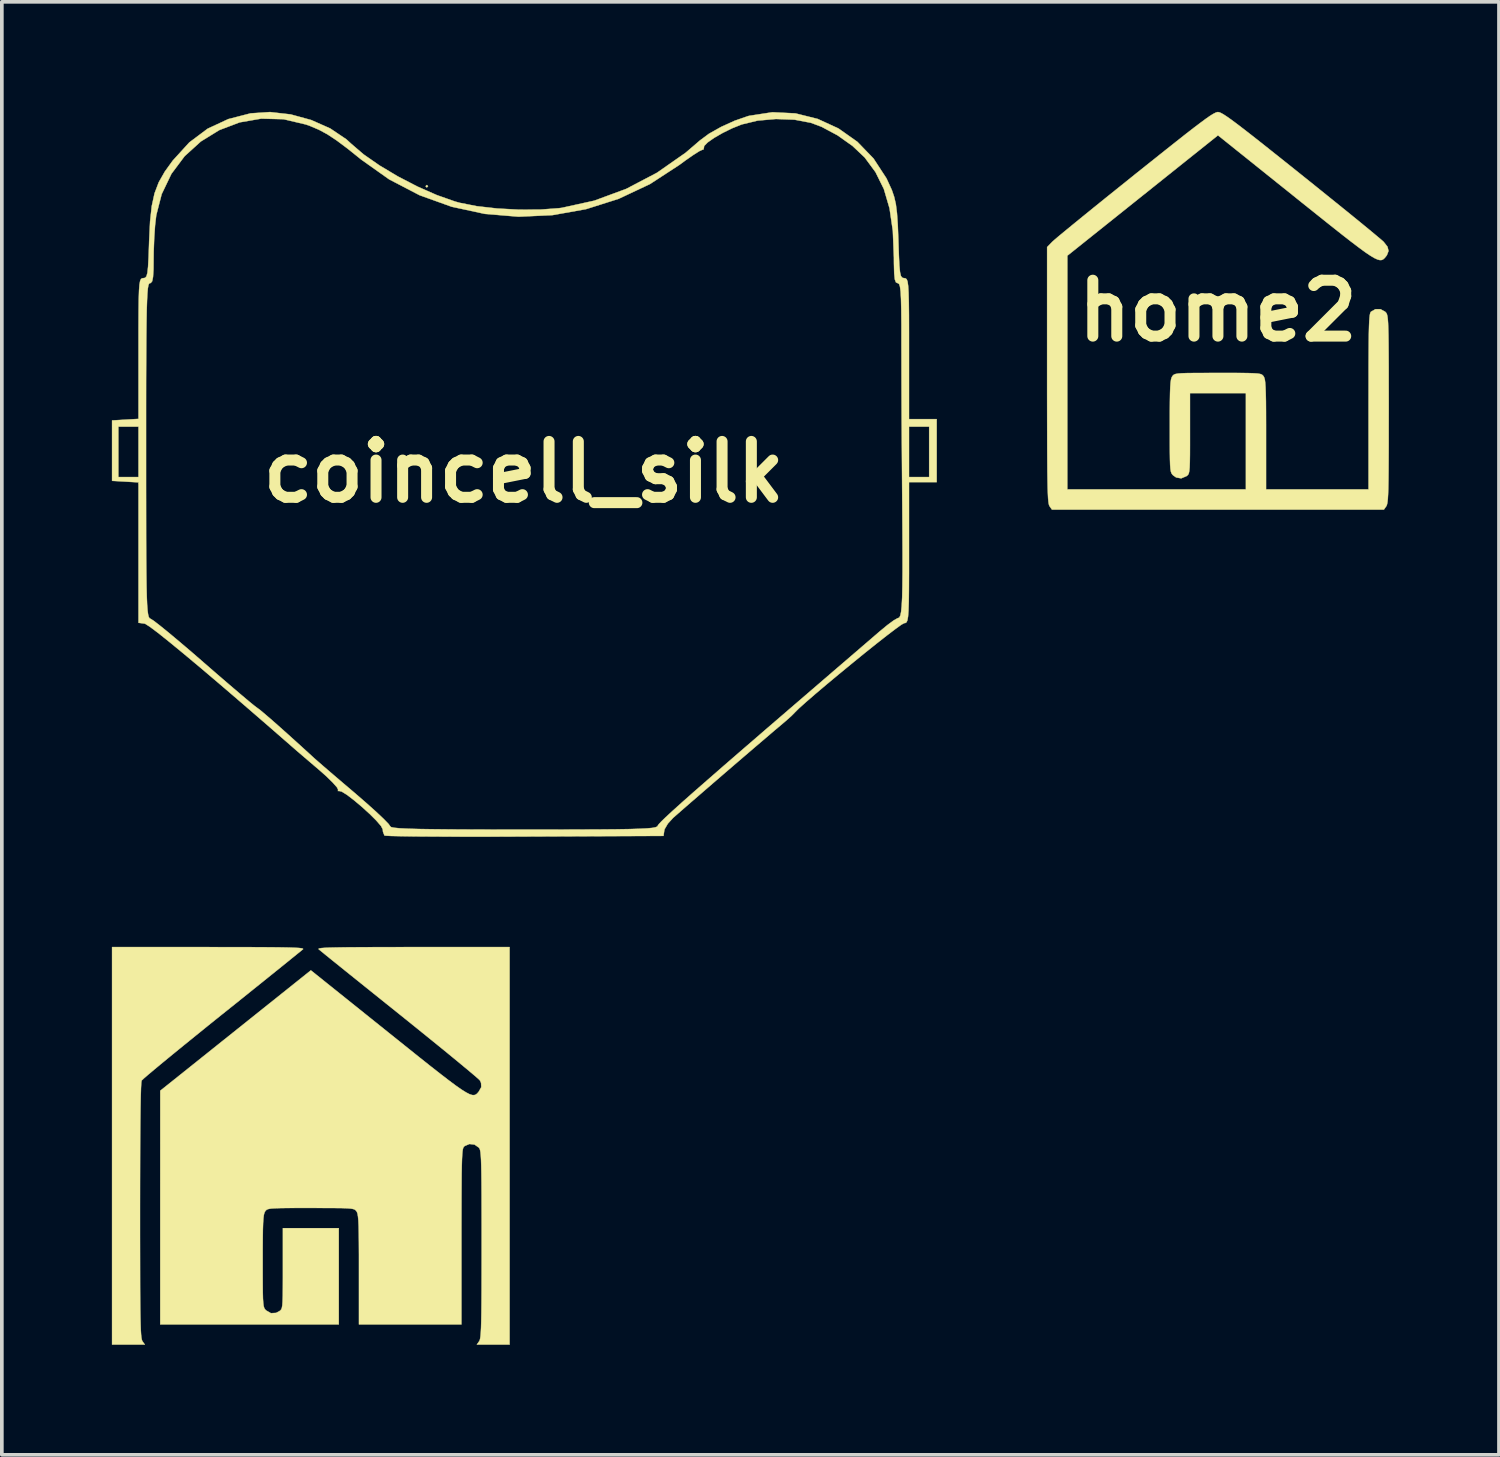
<source format=kicad_pcb>
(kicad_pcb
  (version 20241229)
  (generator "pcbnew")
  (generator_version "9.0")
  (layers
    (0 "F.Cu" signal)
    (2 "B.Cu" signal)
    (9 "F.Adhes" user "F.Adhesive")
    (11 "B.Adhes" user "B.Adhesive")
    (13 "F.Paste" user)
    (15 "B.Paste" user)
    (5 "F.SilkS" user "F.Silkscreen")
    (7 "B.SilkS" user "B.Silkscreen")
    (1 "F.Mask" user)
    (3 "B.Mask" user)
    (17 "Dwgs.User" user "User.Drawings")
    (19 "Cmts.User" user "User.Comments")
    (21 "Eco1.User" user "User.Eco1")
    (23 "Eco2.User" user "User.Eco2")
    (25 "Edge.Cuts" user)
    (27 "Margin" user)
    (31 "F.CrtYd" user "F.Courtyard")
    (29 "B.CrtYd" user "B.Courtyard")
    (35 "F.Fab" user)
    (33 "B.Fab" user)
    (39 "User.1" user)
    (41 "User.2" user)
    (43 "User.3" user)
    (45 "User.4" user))
  (footprint "home2"
    (layer "F.Cu")
    (at 30.154 5.424)
    (property "Reference" "home2" (at 0 0 0) (layer "F.SilkS") (effects (font (size 1.524 1.524) (thickness 0.3))))
    (attr through_hole)
    (fp_poly (pts (xy 0.036 -5.413) (xy 0.085 -5.393) (xy 0.153 -5.355) (xy 0.245 -5.295) (xy 0.364 -5.211) (xy 0.517 -5.097) (xy 0.708 -4.951) (xy 0.942 -4.769) (xy 1.224 -4.547) (xy 1.558 -4.281) (xy 1.95 -3.969) (xy 2.26 -3.721) (xy 2.633 -3.422) (xy 2.989 -3.135) (xy 3.323 -2.866) (xy 3.628 -2.619) (xy 3.898 -2.399) (xy 4.127 -2.211) (xy 4.31 -2.059) (xy 4.44 -1.95) (xy 4.512 -1.887) (xy 4.519 -1.88) (xy 4.623 -1.747) (xy 4.651 -1.632) (xy 4.607 -1.518) (xy 4.579 -1.48) (xy 4.543 -1.437) (xy 4.507 -1.405) (xy 4.467 -1.386) (xy 4.416 -1.383) (xy 4.35 -1.4) (xy 4.265 -1.439) (xy 4.154 -1.505) (xy 4.014 -1.599) (xy 3.84 -1.727) (xy 3.625 -1.89) (xy 3.366 -2.092) (xy 3.058 -2.336) (xy 2.695 -2.626) (xy 2.272 -2.964) (xy 2.118 -3.088) (xy 0.001 -4.785) (xy -2.052 -3.144) (xy -4.105 -1.503) (xy -4.106 1.683) (xy -4.106 4.868) (xy 0.762 4.868) (xy 0.762 2.244) (xy -0.762 2.244) (xy -0.762 3.342) (xy -0.762 3.675) (xy -0.763 3.933) (xy -0.766 4.128) (xy -0.771 4.268) (xy -0.78 4.364) (xy -0.793 4.426) (xy -0.811 4.465) (xy -0.835 4.49) (xy -0.856 4.506) (xy -1.001 4.567) (xy -1.138 4.543) (xy -1.22 4.486) (xy -1.246 4.459) (xy -1.267 4.427) (xy -1.283 4.381) (xy -1.295 4.31) (xy -1.303 4.205) (xy -1.308 4.058) (xy -1.311 3.857) (xy -1.312 3.593) (xy -1.312 3.257) (xy -1.312 3.14) (xy -1.312 2.772) (xy -1.31 2.479) (xy -1.306 2.251) (xy -1.3 2.081) (xy -1.291 1.958) (xy -1.279 1.874) (xy -1.263 1.819) (xy -1.246 1.787) (xy -1.225 1.76) (xy -1.198 1.738) (xy -1.156 1.722) (xy -1.088 1.71) (xy -0.986 1.702) (xy -0.839 1.697) (xy -0.637 1.695) (xy -0.37 1.694) (xy -0.03 1.693) (xy 0 1.693) (xy 0.347 1.693) (xy 0.618 1.694) (xy 0.825 1.697) (xy 0.976 1.702) (xy 1.082 1.709) (xy 1.152 1.721) (xy 1.196 1.737) (xy 1.223 1.758) (xy 1.245 1.785) (xy 1.246 1.787) (xy 1.264 1.823) (xy 1.279 1.877) (xy 1.29 1.961) (xy 1.298 2.081) (xy 1.304 2.246) (xy 1.309 2.465) (xy 1.311 2.746) (xy 1.312 3.098) (xy 1.312 3.375) (xy 1.312 4.868) (xy 4.106 4.868) (xy 4.106 2.48) (xy 4.107 1.964) (xy 4.107 1.527) (xy 4.109 1.161) (xy 4.111 0.861) (xy 4.114 0.619) (xy 4.119 0.429) (xy 4.125 0.284) (xy 4.133 0.179) (xy 4.142 0.106) (xy 4.153 0.059) (xy 4.167 0.031) (xy 4.173 0.024) (xy 4.295 -0.045) (xy 4.434 -0.044) (xy 4.56 0.025) (xy 4.583 0.049) (xy 4.598 0.072) (xy 4.611 0.105) (xy 4.622 0.156) (xy 4.631 0.23) (xy 4.639 0.335) (xy 4.644 0.475) (xy 4.649 0.659) (xy 4.652 0.893) (xy 4.654 1.183) (xy 4.656 1.535) (xy 4.656 1.956) (xy 4.657 2.453) (xy 4.657 2.683) (xy 4.656 3.218) (xy 4.656 3.675) (xy 4.654 4.059) (xy 4.652 4.378) (xy 4.649 4.638) (xy 4.645 4.845) (xy 4.639 5.005) (xy 4.632 5.125) (xy 4.623 5.211) (xy 4.612 5.27) (xy 4.6 5.308) (xy 4.591 5.325) (xy 4.525 5.419) (xy -4.525 5.419) (xy -4.591 5.325) (xy -4.603 5.3) (xy -4.613 5.26) (xy -4.622 5.199) (xy -4.63 5.112) (xy -4.636 4.992) (xy -4.642 4.835) (xy -4.646 4.636) (xy -4.65 4.388) (xy -4.652 4.086) (xy -4.654 3.726) (xy -4.655 3.302) (xy -4.656 2.807) (xy -4.657 2.238) (xy -4.657 1.747) (xy -4.657 -1.737) (xy -4.519 -1.88) (xy -4.462 -1.931) (xy -4.346 -2.03) (xy -4.174 -2.172) (xy -3.955 -2.352) (xy -3.694 -2.565) (xy -3.397 -2.806) (xy -3.069 -3.071) (xy -2.718 -3.353) (xy -2.348 -3.65) (xy -2.26 -3.721) (xy -1.825 -4.068) (xy -1.451 -4.366) (xy -1.133 -4.618) (xy -0.867 -4.828) (xy -0.646 -4.999) (xy -0.467 -5.134) (xy -0.325 -5.239) (xy -0.214 -5.316) (xy -0.13 -5.368) (xy -0.068 -5.4) (xy -0.024 -5.416) (xy 0 -5.419) (xy 0.036 -5.413)) (stroke (width 0.01) (type solid)) (fill yes) (layer "F.SilkS")))
  (footprint "coincell_silk"
    (layer "F.Cu")
    (at 11.229 9.819)
    (property "Reference" "coincell_silk" (at 0 0 0) (layer "F.SilkS") (effects (font (size 1.524 1.524) (thickness 0.3))))
    (attr through_hole)
    (fp_poly (pts (xy -2.609 -7.792) (xy -2.643 -7.757) (xy -2.677 -7.792) (xy -2.643 -7.826) (xy -2.609 -7.792)) (stroke (width 0.01) (type solid)) (fill yes) (layer "F.SilkS"))
    (fp_poly (pts (xy -6.354 -9.75) (xy -5.795 -9.597) (xy -5.276 -9.367) (xy -4.835 -9.07) (xy -4.701 -8.947) (xy -4.365 -8.659) (xy -3.929 -8.356) (xy -3.429 -8.058) (xy -2.898 -7.783) (xy -2.369 -7.55) (xy -1.878 -7.377) (xy -1.751 -7.341) (xy -1.28 -7.248) (xy -0.724 -7.185) (xy -0.133 -7.153) (xy 0.445 -7.155) (xy 0.959 -7.193) (xy 1.036 -7.203) (xy 1.922 -7.398) (xy 2.794 -7.72) (xy 3.631 -8.159) (xy 4.413 -8.705) (xy 4.803 -9.04) (xy 5.048 -9.222) (xy 5.38 -9.409) (xy 5.749 -9.577) (xy 6.106 -9.701) (xy 6.147 -9.712) (xy 6.779 -9.809) (xy 7.407 -9.778) (xy 8.013 -9.627) (xy 8.581 -9.366) (xy 9.095 -9.003) (xy 9.536 -8.547) (xy 9.889 -8.006) (xy 10.036 -7.686) (xy 10.098 -7.504) (xy 10.144 -7.305) (xy 10.175 -7.059) (xy 10.197 -6.736) (xy 10.214 -6.307) (xy 10.214 -6.299) (xy 10.227 -5.906) (xy 10.24 -5.63) (xy 10.258 -5.45) (xy 10.282 -5.347) (xy 10.317 -5.299) (xy 10.366 -5.286) (xy 10.373 -5.286) (xy 10.411 -5.28) (xy 10.441 -5.253) (xy 10.464 -5.19) (xy 10.48 -5.075) (xy 10.491 -4.894) (xy 10.498 -4.632) (xy 10.502 -4.274) (xy 10.503 -3.805) (xy 10.503 -3.364) (xy 10.503 -1.442) (xy 11.258 -1.442) (xy 11.258 0.275) (xy 10.503 0.275) (xy 10.503 2.197) (xy 10.503 2.76) (xy 10.501 3.202) (xy 10.497 3.535) (xy 10.489 3.777) (xy 10.477 3.94) (xy 10.459 4.042) (xy 10.435 4.095) (xy 10.403 4.116) (xy 10.372 4.119) (xy 10.296 4.161) (xy 10.132 4.279) (xy 9.897 4.458) (xy 9.609 4.684) (xy 9.283 4.945) (xy 8.938 5.226) (xy 8.589 5.513) (xy 8.254 5.792) (xy 7.949 6.05) (xy 7.692 6.273) (xy 7.498 6.447) (xy 7.386 6.559) (xy 7.38 6.566) (xy 7.292 6.654) (xy 7.135 6.793) (xy 6.995 6.912) (xy 6.841 7.041) (xy 6.606 7.242) (xy 6.308 7.496) (xy 5.967 7.788) (xy 5.604 8.1) (xy 5.237 8.416) (xy 4.887 8.719) (xy 4.572 8.991) (xy 4.313 9.217) (xy 4.129 9.378) (xy 4.071 9.429) (xy 3.928 9.586) (xy 3.84 9.737) (xy 3.831 9.773) (xy 3.81 9.92) (xy 0.029 9.937) (xy -0.679 9.94) (xy -1.345 9.941) (xy -1.957 9.94) (xy -2.503 9.937) (xy -2.97 9.934) (xy -3.344 9.928) (xy -3.614 9.922) (xy -3.767 9.914) (xy -3.798 9.909) (xy -3.838 9.807) (xy -3.844 9.74) (xy -3.893 9.648) (xy -4.021 9.5) (xy -4.203 9.319) (xy -4.414 9.127) (xy -4.628 8.947) (xy -4.82 8.8) (xy -4.964 8.711) (xy -5.031 8.696) (xy -5.07 8.696) (xy -5.058 8.67) (xy -5.089 8.6) (xy -5.208 8.465) (xy -5.392 8.285) (xy -5.571 8.127) (xy -5.817 7.917) (xy -6.039 7.727) (xy -6.206 7.584) (xy -6.272 7.526) (xy -6.991 6.899) (xy -7.656 6.324) (xy -8.261 5.805) (xy -8.801 5.346) (xy -9.27 4.954) (xy -9.662 4.632) (xy -9.971 4.385) (xy -10.192 4.219) (xy -10.318 4.139) (xy -10.338 4.132) (xy -10.503 4.11) (xy -10.503 0.282) (xy -10.864 0.261) (xy -11.224 0.24) (xy -11.224 -1.236) (xy -11.052 -1.236) (xy -11.052 0.137) (xy -10.503 0.137) (xy -10.503 -0.592) (xy -10.297 -0.592) (xy -10.297 0.312) (xy -10.296 1.089) (xy -10.295 1.748) (xy -10.293 2.298) (xy -10.289 2.75) (xy -10.284 3.114) (xy -10.277 3.399) (xy -10.268 3.614) (xy -10.256 3.771) (xy -10.242 3.877) (xy -10.226 3.944) (xy -10.206 3.981) (xy -10.183 3.997) (xy -10.177 3.999) (xy -10.094 4.051) (xy -9.924 4.182) (xy -9.681 4.379) (xy -9.381 4.63) (xy -9.039 4.921) (xy -8.728 5.191) (xy -8.362 5.509) (xy -8.025 5.799) (xy -7.732 6.049) (xy -7.499 6.245) (xy -7.341 6.374) (xy -7.278 6.421) (xy -7.18 6.494) (xy -6.998 6.648) (xy -6.746 6.867) (xy -6.441 7.139) (xy -6.098 7.449) (xy -5.732 7.783) (xy -5.723 7.792) (xy -5.624 7.879) (xy -5.44 8.039) (xy -5.191 8.253) (xy -4.897 8.504) (xy -4.606 8.751) (xy -4.3 9.016) (xy -4.033 9.255) (xy -3.823 9.453) (xy -3.686 9.594) (xy -3.638 9.661) (xy -3.613 9.681) (xy -3.531 9.698) (xy -3.384 9.712) (xy -3.161 9.723) (xy -2.853 9.732) (xy -2.452 9.738) (xy -1.948 9.743) (xy -1.332 9.746) (xy -0.594 9.748) (xy -0.005 9.748) (xy 0.803 9.748) (xy 1.484 9.746) (xy 2.049 9.744) (xy 2.508 9.74) (xy 2.873 9.734) (xy 3.152 9.725) (xy 3.358 9.715) (xy 3.5 9.702) (xy 3.589 9.685) (xy 3.636 9.666) (xy 3.651 9.645) (xy 3.677 9.605) (xy 3.751 9.526) (xy 3.877 9.404) (xy 4.06 9.235) (xy 4.306 9.013) (xy 4.62 8.735) (xy 5.008 8.396) (xy 5.473 7.99) (xy 6.023 7.514) (xy 6.661 6.963) (xy 7.394 6.332) (xy 8.197 5.641) (xy 8.556 5.332) (xy 8.91 5.028) (xy 9.233 4.75) (xy 9.503 4.518) (xy 9.694 4.353) (xy 9.707 4.342) (xy 9.912 4.173) (xy 10.083 4.047) (xy 10.191 3.985) (xy 10.204 3.982) (xy 10.237 3.967) (xy 10.265 3.915) (xy 10.287 3.814) (xy 10.303 3.655) (xy 10.316 3.425) (xy 10.323 3.114) (xy 10.327 2.712) (xy 10.327 2.205) (xy 10.324 1.585) (xy 10.319 0.84) (xy 10.318 0.755) (xy 10.313 0.081) (xy 10.308 -0.63) (xy 10.304 -1.236) (xy 10.503 -1.236) (xy 10.503 0.137) (xy 11.052 0.137) (xy 11.052 -1.236) (xy 10.503 -1.236) (xy 10.304 -1.236) (xy 10.303 -1.346) (xy 10.3 -2.037) (xy 10.298 -2.671) (xy 10.297 -3.218) (xy 10.296 -3.484) (xy 10.296 -4.011) (xy 10.292 -4.416) (xy 10.285 -4.715) (xy 10.274 -4.922) (xy 10.257 -5.053) (xy 10.234 -5.123) (xy 10.203 -5.148) (xy 10.194 -5.149) (xy 10.147 -5.171) (xy 10.116 -5.253) (xy 10.099 -5.418) (xy 10.092 -5.686) (xy 10.091 -5.852) (xy 10.062 -6.574) (xy 9.972 -7.189) (xy 9.817 -7.717) (xy 9.589 -8.177) (xy 9.296 -8.575) (xy 8.964 -8.889) (xy 8.554 -9.18) (xy 8.12 -9.412) (xy 7.829 -9.521) (xy 7.381 -9.606) (xy 6.876 -9.625) (xy 6.375 -9.581) (xy 5.944 -9.477) (xy 5.683 -9.373) (xy 5.423 -9.245) (xy 5.191 -9.111) (xy 5.014 -8.987) (xy 4.918 -8.889) (xy 4.913 -8.849) (xy 4.899 -8.792) (xy 4.871 -8.787) (xy 4.786 -8.748) (xy 4.619 -8.642) (xy 4.399 -8.489) (xy 4.243 -8.374) (xy 3.441 -7.851) (xy 2.587 -7.449) (xy 1.697 -7.167) (xy 0.783 -7.004) (xy -0.141 -6.961) (xy -1.062 -7.038) (xy -1.966 -7.233) (xy -2.84 -7.547) (xy -3.671 -7.98) (xy -4.427 -8.516) (xy -4.801 -8.816) (xy -5.1 -9.04) (xy -5.351 -9.206) (xy -5.582 -9.331) (xy -5.819 -9.432) (xy -5.938 -9.475) (xy -6.549 -9.619) (xy -7.156 -9.635) (xy -7.745 -9.533) (xy -8.299 -9.323) (xy -8.804 -9.012) (xy -9.245 -8.612) (xy -9.606 -8.13) (xy -9.871 -7.577) (xy -10.019 -7.002) (xy -10.051 -6.73) (xy -10.075 -6.379) (xy -10.089 -6.009) (xy -10.091 -5.852) (xy -10.094 -5.528) (xy -10.107 -5.318) (xy -10.131 -5.2) (xy -10.17 -5.153) (xy -10.194 -5.149) (xy -10.215 -5.136) (xy -10.233 -5.092) (xy -10.248 -5.008) (xy -10.26 -4.873) (xy -10.27 -4.679) (xy -10.279 -4.415) (xy -10.285 -4.074) (xy -10.29 -3.645) (xy -10.293 -3.119) (xy -10.296 -2.486) (xy -10.297 -1.738) (xy -10.297 -0.864) (xy -10.297 -0.592) (xy -10.503 -0.592) (xy -10.503 -1.236) (xy -11.052 -1.236) (xy -11.224 -1.236) (xy -11.224 -1.407) (xy -10.864 -1.428) (xy -10.503 -1.449) (xy -10.503 -3.367) (xy -10.503 -3.93) (xy -10.501 -4.371) (xy -10.497 -4.704) (xy -10.489 -4.945) (xy -10.477 -5.109) (xy -10.459 -5.209) (xy -10.435 -5.263) (xy -10.403 -5.283) (xy -10.373 -5.286) (xy -10.323 -5.295) (xy -10.286 -5.337) (xy -10.26 -5.432) (xy -10.242 -5.6) (xy -10.228 -5.862) (xy -10.215 -6.238) (xy -10.213 -6.299) (xy -10.188 -6.827) (xy -10.142 -7.25) (xy -10.066 -7.598) (xy -9.951 -7.9) (xy -9.787 -8.189) (xy -9.571 -8.489) (xy -9.118 -8.986) (xy -8.619 -9.36) (xy -8.056 -9.622) (xy -7.448 -9.779) (xy -6.917 -9.814) (xy -6.354 -9.75)) (stroke (width 0.01) (type solid)) (fill yes) (layer "F.SilkS")))
  (footprint "home"
    (layer "F.Cu")
    (at 5.424 28.189)
    (property "Reference" "home" (at 0 0 0) (layer "F.SilkS") (effects (font (size 1.524 1.524) (thickness 0.3))))
    (attr through_hole)
    (fp_poly (pts (xy -2.24 -5.418) (xy -1.774 -5.418) (xy -1.381 -5.416) (xy -1.056 -5.414) (xy -0.794 -5.411) (xy -0.588 -5.407) (xy -0.433 -5.401) (xy -0.323 -5.395) (xy -0.253 -5.387) (xy -0.217 -5.377) (xy -0.209 -5.366) (xy -0.213 -5.361) (xy -0.256 -5.325) (xy -0.36 -5.241) (xy -0.518 -5.113) (xy -0.725 -4.945) (xy -0.975 -4.744) (xy -1.263 -4.512) (xy -1.583 -4.255) (xy -1.929 -3.977) (xy -2.296 -3.683) (xy -2.423 -3.582) (xy -2.795 -3.283) (xy -3.147 -2.998) (xy -3.475 -2.732) (xy -3.773 -2.489) (xy -4.035 -2.274) (xy -4.254 -2.092) (xy -4.427 -1.947) (xy -4.546 -1.844) (xy -4.607 -1.787) (xy -4.613 -1.78) (xy -4.622 -1.72) (xy -4.63 -1.576) (xy -4.637 -1.35) (xy -4.643 -1.041) (xy -4.648 -0.651) (xy -4.652 -0.18) (xy -4.654 0.37) (xy -4.656 0.999) (xy -4.657 1.707) (xy -4.657 1.766) (xy -4.657 2.395) (xy -4.656 2.944) (xy -4.655 3.42) (xy -4.654 3.828) (xy -4.652 4.172) (xy -4.649 4.459) (xy -4.645 4.693) (xy -4.64 4.881) (xy -4.635 5.028) (xy -4.628 5.138) (xy -4.62 5.218) (xy -4.61 5.273) (xy -4.6 5.308) (xy -4.591 5.325) (xy -4.525 5.419) (xy -5.419 5.419) (xy -5.419 -5.419) (xy -2.785 -5.419) (xy -2.24 -5.418)) (stroke (width 0.01) (type solid)) (fill yes) (layer "F.SilkS"))
    (fp_poly (pts (xy 5.419 5.419) (xy 4.525 5.419) (xy 4.591 5.325) (xy 4.605 5.297) (xy 4.616 5.252) (xy 4.626 5.185) (xy 4.634 5.087) (xy 4.641 4.954) (xy 4.646 4.778) (xy 4.65 4.553) (xy 4.653 4.273) (xy 4.655 3.932) (xy 4.656 3.523) (xy 4.657 3.04) (xy 4.657 2.683) (xy 4.657 2.153) (xy 4.656 1.702) (xy 4.655 1.321) (xy 4.653 1.007) (xy 4.65 0.75) (xy 4.646 0.547) (xy 4.641 0.388) (xy 4.634 0.27) (xy 4.626 0.184) (xy 4.616 0.124) (xy 4.604 0.084) (xy 4.589 0.058) (xy 4.583 0.049) (xy 4.463 -0.035) (xy 4.325 -0.051) (xy 4.197 0.003) (xy 4.173 0.024) (xy 4.159 0.046) (xy 4.146 0.084) (xy 4.136 0.146) (xy 4.128 0.238) (xy 4.121 0.366) (xy 4.116 0.537) (xy 4.112 0.757) (xy 4.11 1.034) (xy 4.108 1.372) (xy 4.107 1.78) (xy 4.106 2.263) (xy 4.106 2.48) (xy 4.106 4.868) (xy 1.312 4.868) (xy 1.312 3.375) (xy 1.312 2.972) (xy 1.31 2.645) (xy 1.307 2.385) (xy 1.303 2.185) (xy 1.296 2.036) (xy 1.286 1.929) (xy 1.274 1.856) (xy 1.259 1.809) (xy 1.246 1.787) (xy 1.225 1.76) (xy 1.198 1.738) (xy 1.156 1.722) (xy 1.088 1.71) (xy 0.986 1.702) (xy 0.839 1.697) (xy 0.637 1.695) (xy 0.37 1.694) (xy 0.03 1.693) (xy 0 1.693) (xy -0.347 1.693) (xy -0.618 1.694) (xy -0.825 1.697) (xy -0.976 1.702) (xy -1.082 1.709) (xy -1.152 1.721) (xy -1.196 1.737) (xy -1.223 1.758) (xy -1.245 1.785) (xy -1.246 1.787) (xy -1.266 1.826) (xy -1.281 1.885) (xy -1.292 1.974) (xy -1.301 2.104) (xy -1.307 2.282) (xy -1.31 2.519) (xy -1.312 2.823) (xy -1.312 3.14) (xy -1.312 3.5) (xy -1.311 3.784) (xy -1.309 4.003) (xy -1.305 4.166) (xy -1.297 4.282) (xy -1.287 4.362) (xy -1.272 4.415) (xy -1.253 4.45) (xy -1.228 4.478) (xy -1.22 4.486) (xy -1.088 4.562) (xy -0.947 4.554) (xy -0.856 4.506) (xy -0.828 4.484) (xy -0.805 4.456) (xy -0.789 4.412) (xy -0.777 4.341) (xy -0.77 4.234) (xy -0.765 4.081) (xy -0.763 3.87) (xy -0.762 3.592) (xy -0.762 3.342) (xy -0.762 2.244) (xy 0.762 2.244) (xy 0.762 4.868) (xy -4.106 4.868) (xy -4.106 1.683) (xy -4.105 -1.503) (xy -2.052 -3.144) (xy 0.001 -4.785) (xy 2.118 -3.088) (xy 2.561 -2.733) (xy 2.943 -2.427) (xy 3.269 -2.168) (xy 3.544 -1.953) (xy 3.773 -1.777) (xy 3.96 -1.638) (xy 4.111 -1.533) (xy 4.231 -1.458) (xy 4.324 -1.41) (xy 4.396 -1.386) (xy 4.451 -1.383) (xy 4.495 -1.397) (xy 4.532 -1.425) (xy 4.567 -1.465) (xy 4.579 -1.48) (xy 4.647 -1.6) (xy 4.641 -1.716) (xy 4.613 -1.78) (xy 4.574 -1.82) (xy 4.473 -1.908) (xy 4.318 -2.039) (xy 4.113 -2.209) (xy 3.865 -2.414) (xy 3.579 -2.648) (xy 3.261 -2.906) (xy 2.916 -3.185) (xy 2.55 -3.48) (xy 2.423 -3.582) (xy 2.051 -3.88) (xy 1.697 -4.164) (xy 1.368 -4.428) (xy 1.068 -4.669) (xy 0.805 -4.881) (xy 0.582 -5.06) (xy 0.407 -5.202) (xy 0.285 -5.302) (xy 0.221 -5.354) (xy 0.213 -5.361) (xy 0.211 -5.373) (xy 0.234 -5.383) (xy 0.289 -5.392) (xy 0.382 -5.399) (xy 0.518 -5.405) (xy 0.702 -5.409) (xy 0.941 -5.413) (xy 1.24 -5.415) (xy 1.604 -5.417) (xy 2.039 -5.418) (xy 2.551 -5.419) (xy 2.785 -5.419) (xy 5.419 -5.419) (xy 5.419 5.419)) (stroke (width 0.01) (type solid)) (fill yes) (layer "F.SilkS")))
  (gr_rect
    (start -3 -3)
    (end 37.816 36.612)
    (stroke (width 0.1) (type default))
    (fill no)
    (layer "Edge.Cuts")))
</source>
